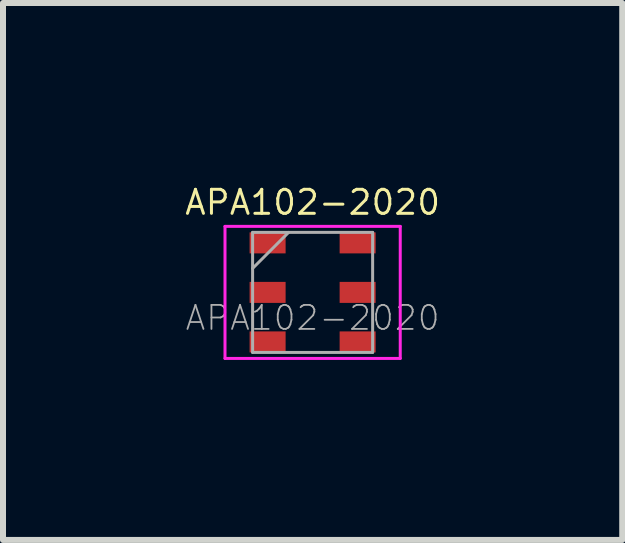
<source format=kicad_pcb>
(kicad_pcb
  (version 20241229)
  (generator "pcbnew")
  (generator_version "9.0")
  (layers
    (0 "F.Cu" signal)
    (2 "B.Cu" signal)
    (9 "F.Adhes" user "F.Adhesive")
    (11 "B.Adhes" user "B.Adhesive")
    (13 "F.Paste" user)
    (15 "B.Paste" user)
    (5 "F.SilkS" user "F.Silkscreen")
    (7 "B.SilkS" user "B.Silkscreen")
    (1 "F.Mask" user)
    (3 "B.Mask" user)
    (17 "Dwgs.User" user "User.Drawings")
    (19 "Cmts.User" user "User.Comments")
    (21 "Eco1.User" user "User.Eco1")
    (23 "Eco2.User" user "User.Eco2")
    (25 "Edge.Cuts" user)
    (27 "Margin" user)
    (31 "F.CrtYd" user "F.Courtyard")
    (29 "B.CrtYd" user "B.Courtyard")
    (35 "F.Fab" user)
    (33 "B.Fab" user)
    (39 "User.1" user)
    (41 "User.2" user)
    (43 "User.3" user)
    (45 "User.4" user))
  (footprint "APA102-2020"
    (layer "F.Cu")
    (at 2.159 1.822)
    (property "Reference" "APA102-2020" (at 0 -1.5 0) (layer "F.SilkS") (effects (font (size 0.4 0.4) (thickness 0.05))))
    (attr smd)
    (fp_line (start -1.46 -1.1) (end -1.46 1.1) (stroke (width 0.05) (type solid)) (layer "F.CrtYd"))
    (fp_line (start -1.46 1.1) (end 1.46 1.1) (stroke (width 0.05) (type solid)) (layer "F.CrtYd"))
    (fp_line (start 1.46 -1.1) (end -1.46 -1.1) (stroke (width 0.05) (type solid)) (layer "F.CrtYd"))
    (fp_line (start 1.46 1.1) (end 1.46 -1.1) (stroke (width 0.05) (type solid)) (layer "F.CrtYd"))
    (fp_line (start -1 -1) (end -1 1) (stroke (width 0.05) (type solid)) (layer "F.Fab"))
    (fp_line (start -1 -0.4) (end -0.4 -1) (stroke (width 0.05) (type solid)) (layer "F.Fab"))
    (fp_line (start -1 1) (end 1 1) (stroke (width 0.05) (type solid)) (layer "F.Fab"))
    (fp_line (start 1 -1) (end -1 -1) (stroke (width 0.05) (type solid)) (layer "F.Fab"))
    (fp_line (start 1 1) (end 1 -1) (stroke (width 0.05) (type solid)) (layer "F.Fab"))
    (fp_text user "${REFERENCE}" (at 0 0.425 0) (layer "F.Fab") (effects (font (size 0.4 0.4) (thickness 0.03))))
    (pad "1" smd rect (at -0.75 -0.825) (size 0.6 0.35) (layers "F.Cu" "F.Mask" "F.Paste"))
    (pad "2" smd rect (at -0.75 0) (size 0.6 0.35) (layers "F.Cu" "F.Mask" "F.Paste"))
    (pad "3" smd rect (at -0.75 0.825) (size 0.6 0.35) (layers "F.Cu" "F.Mask" "F.Paste"))
    (pad "4" smd rect (at 0.75 0.825) (size 0.6 0.35) (layers "F.Cu" "F.Mask" "F.Paste"))
    (pad "5" smd rect (at 0.75 0) (size 0.6 0.35) (layers "F.Cu" "F.Mask" "F.Paste"))
    (pad "6" smd rect (at 0.75 -0.825) (size 0.6 0.35) (layers "F.Cu" "F.Mask" "F.Paste")))
  (gr_rect
    (start -3 -3)
    (end 7.318 5.947)
    (stroke (width 0.1) (type default))
    (fill no)
    (layer "Edge.Cuts")))
</source>
